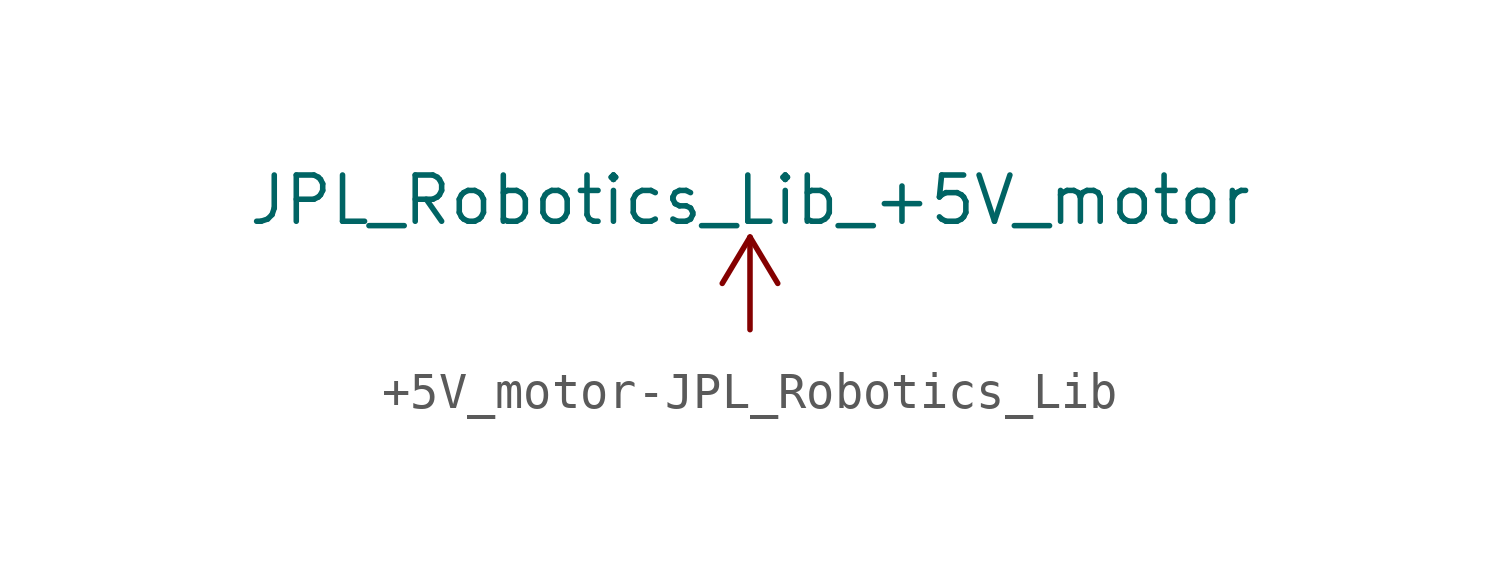
<source format=kicad_sym>
(kicad_symbol_lib
  (version 20231120)
  (generator "kicad_symbol_editor")
  (generator_version "8.0")
  (symbol "+5V_motor-JPL_Robotics_Lib"
    (power)
    (pin_names
      (offset 0))
    (property "Reference" "#PWR"
      (at 0 -3.81 0)
      (effects (font (size 1.27 1.27)) (hide yes)))
    (property "Value" "JPL_Robotics_Lib_+5V_motor"
      (at 0 3.556 0)
      (effects (font (size 1.27 1.27))))
    (symbol "+5V_motor-JPL_Robotics_Lib_0_1"
      (polyline (pts (xy -0.762 1.27) (xy 0 2.54)) (stroke (width 0) (type solid)) (fill (type none)))
      (polyline (pts (xy 0 0) (xy 0 2.54)) (stroke (width 0) (type solid)) (fill (type none)))
      (polyline (pts (xy 0 2.54) (xy 0.762 1.27)) (stroke (width 0) (type solid)) (fill (type none))))
    (symbol "+5V_motor-JPL_Robotics_Lib_1_1"
      (pin power_in line (at 0 0 90) (length 0) hide (name "+5V_motor" (effects (font (size 1.27 1.27)))) (number "1" (effects (font (size 1.27 1.27))))))))
</source>
